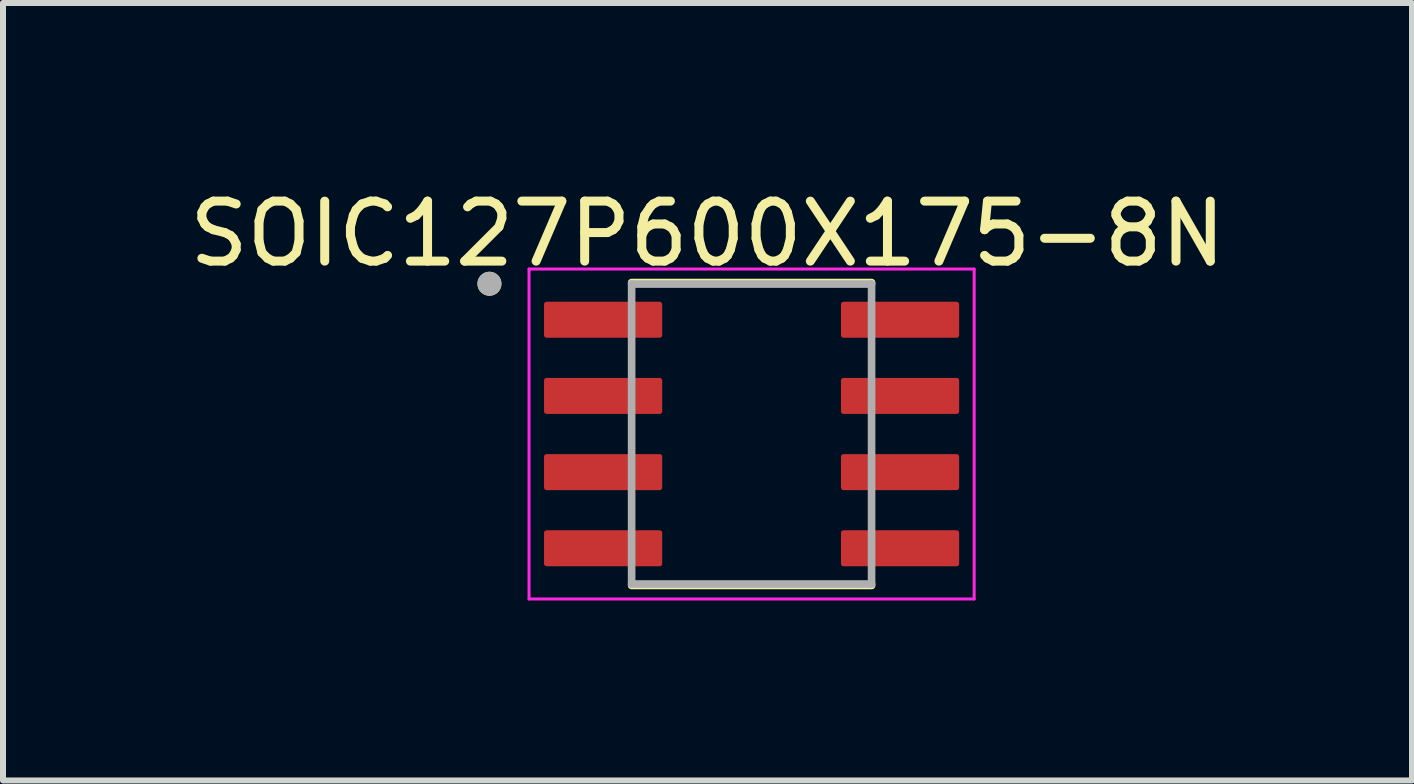
<source format=kicad_pcb>
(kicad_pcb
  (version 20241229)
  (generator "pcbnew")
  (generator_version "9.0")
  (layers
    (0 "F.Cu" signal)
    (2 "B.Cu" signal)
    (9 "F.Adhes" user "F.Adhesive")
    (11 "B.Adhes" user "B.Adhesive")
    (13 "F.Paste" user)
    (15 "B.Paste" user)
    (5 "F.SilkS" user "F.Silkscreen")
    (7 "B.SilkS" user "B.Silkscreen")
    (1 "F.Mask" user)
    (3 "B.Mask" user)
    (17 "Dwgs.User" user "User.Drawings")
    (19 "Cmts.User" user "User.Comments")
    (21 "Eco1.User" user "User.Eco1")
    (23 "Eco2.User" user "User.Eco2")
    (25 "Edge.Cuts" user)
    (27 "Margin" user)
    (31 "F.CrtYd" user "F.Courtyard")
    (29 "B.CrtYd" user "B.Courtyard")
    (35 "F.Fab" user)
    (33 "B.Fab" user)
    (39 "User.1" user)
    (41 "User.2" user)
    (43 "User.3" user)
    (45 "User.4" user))
  (footprint "SOIC127P600X175-8N"
    (layer "F.Cu")
    (at 9.479 4.185)
    (property "Reference" "SOIC127P600X175-8N" (at -0.735 -3.337 0) (layer "F.SilkS") (effects (font (size 1 1) (thickness 0.15))))
    (attr smd)
    (fp_line (start -2 -2.525) (end 2 -2.525) (stroke (width 0.127) (type solid)) (layer "F.SilkS"))
    (fp_line (start -2 2.525) (end 2 2.525) (stroke (width 0.127) (type solid)) (layer "F.SilkS"))
    (fp_circle (center -4.37 -2.505) (end -4.27 -2.505) (stroke (width 0.2) (type solid)) (fill no) (layer "F.SilkS"))
    (fp_line (start -3.71 -2.75) (end -3.71 2.75) (stroke (width 0.05) (type solid)) (layer "F.CrtYd"))
    (fp_line (start -3.71 -2.75) (end 3.71 -2.75) (stroke (width 0.05) (type solid)) (layer "F.CrtYd"))
    (fp_line (start -3.71 2.75) (end 3.71 2.75) (stroke (width 0.05) (type solid)) (layer "F.CrtYd"))
    (fp_line (start 3.71 -2.75) (end 3.71 2.75) (stroke (width 0.05) (type solid)) (layer "F.CrtYd"))
    (fp_line (start -2 -2.5) (end -2 2.5) (stroke (width 0.127) (type solid)) (layer "F.Fab"))
    (fp_line (start -2 -2.5) (end 2 -2.5) (stroke (width 0.127) (type solid)) (layer "F.Fab"))
    (fp_line (start -2 2.5) (end 2 2.5) (stroke (width 0.127) (type solid)) (layer "F.Fab"))
    (fp_line (start 2 -2.5) (end 2 2.5) (stroke (width 0.127) (type solid)) (layer "F.Fab"))
    (fp_circle (center -4.37 -2.505) (end -4.27 -2.505) (stroke (width 0.2) (type solid)) (fill no) (layer "F.Fab"))
    (pad "1" smd roundrect (at -2.475 -1.905) (size 1.97 0.6) (layers "F.Cu" "F.Mask" "F.Paste") (roundrect_rratio 0.07))
    (pad "2" smd roundrect (at -2.475 -0.635) (size 1.97 0.6) (layers "F.Cu" "F.Mask" "F.Paste") (roundrect_rratio 0.07))
    (pad "3" smd roundrect (at -2.475 0.635) (size 1.97 0.6) (layers "F.Cu" "F.Mask" "F.Paste") (roundrect_rratio 0.07))
    (pad "4" smd roundrect (at -2.475 1.905) (size 1.97 0.6) (layers "F.Cu" "F.Mask" "F.Paste") (roundrect_rratio 0.07))
    (pad "5" smd roundrect (at 2.475 1.905) (size 1.97 0.6) (layers "F.Cu" "F.Mask" "F.Paste") (roundrect_rratio 0.07))
    (pad "6" smd roundrect (at 2.475 0.635) (size 1.97 0.6) (layers "F.Cu" "F.Mask" "F.Paste") (roundrect_rratio 0.07))
    (pad "7" smd roundrect (at 2.475 -0.635) (size 1.97 0.6) (layers "F.Cu" "F.Mask" "F.Paste") (roundrect_rratio 0.07))
    (pad "8" smd roundrect (at 2.475 -1.905) (size 1.97 0.6) (layers "F.Cu" "F.Mask" "F.Paste") (roundrect_rratio 0.07)))
  (gr_rect
    (start -3 -3)
    (end 20.488 9.96)
    (stroke (width 0.1) (type default))
    (fill no)
    (layer "Edge.Cuts")))
</source>
